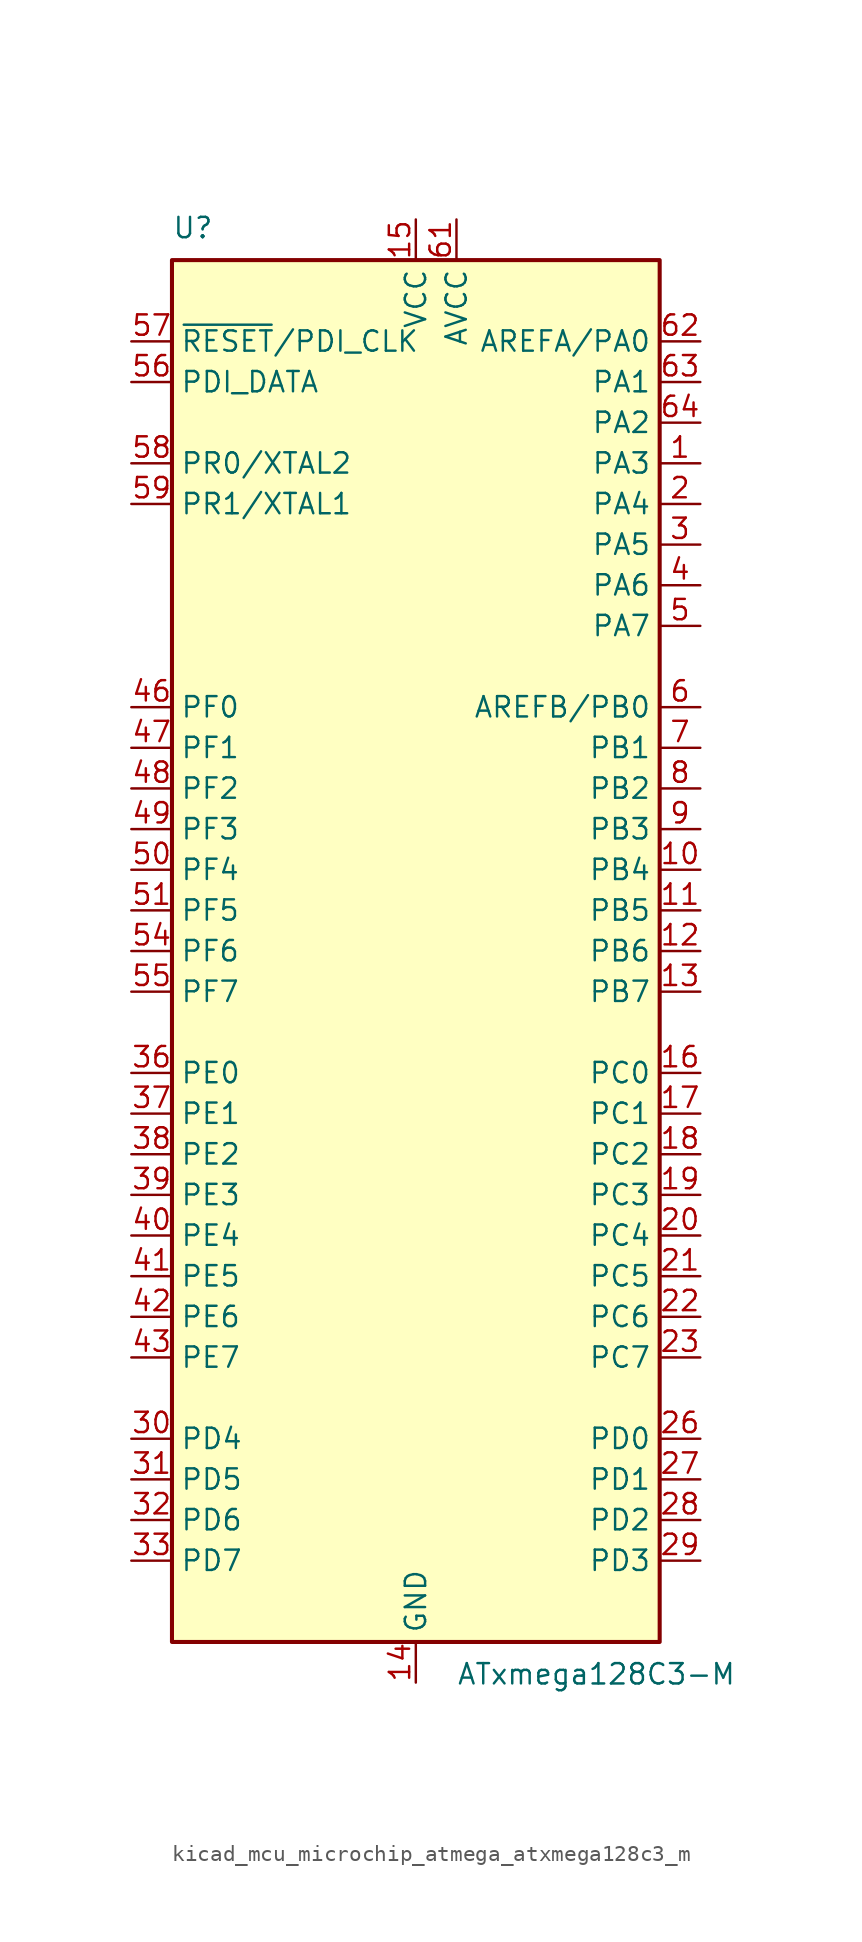
<source format=kicad_sym>
(kicad_symbol_lib
  (version 20220914)
  (generator kicad_symbol_editor)
  (symbol "kicad_mcu_microchip_atmega_atxmega128c3_m"
    (property "Reference" "U"
      (at -15.24 44.45 0)
      (effects (font (size 1.27 1.27)) (justify left bottom)))
    (property "Value" "ATxmega128C3-M"
      (at 2.54 -44.45 0)
      (effects (font (size 1.27 1.27)) (justify left top)))
    (symbol "kicad_mcu_microchip_atmega_atxmega128c3_m_0_1"
      (rectangle (start -15.24 -43.18) (end 15.24 43.18) (stroke (width 0.254) (type default)) (fill (type background))))
    (symbol "kicad_mcu_microchip_atmega_atxmega128c3_m_1_1"
      (pin bidirectional line (at 17.78 30.48 180) (length 2.54) (name "PA3" (effects (font (size 1.27 1.27)))) (number "1" (effects (font (size 1.27 1.27)))))
      (pin bidirectional line (at 17.78 5.08 180) (length 2.54) (name "PB4" (effects (font (size 1.27 1.27)))) (number "10" (effects (font (size 1.27 1.27)))))
      (pin bidirectional line (at 17.78 2.54 180) (length 2.54) (name "PB5" (effects (font (size 1.27 1.27)))) (number "11" (effects (font (size 1.27 1.27)))))
      (pin bidirectional line (at 17.78 0 180) (length 2.54) (name "PB6" (effects (font (size 1.27 1.27)))) (number "12" (effects (font (size 1.27 1.27)))))
      (pin bidirectional line (at 17.78 -2.54 180) (length 2.54) (name "PB7" (effects (font (size 1.27 1.27)))) (number "13" (effects (font (size 1.27 1.27)))))
      (pin power_in line (at 0 -45.72 90) (length 2.54) (name "GND" (effects (font (size 1.27 1.27)))) (number "14" (effects (font (size 1.27 1.27)))))
      (pin power_in line (at 0 45.72 270) (length 2.54) (name "VCC" (effects (font (size 1.27 1.27)))) (number "15" (effects (font (size 1.27 1.27)))))
      (pin bidirectional line (at 17.78 -7.62 180) (length 2.54) (name "PC0" (effects (font (size 1.27 1.27)))) (number "16" (effects (font (size 1.27 1.27)))))
      (pin bidirectional line (at 17.78 -10.16 180) (length 2.54) (name "PC1" (effects (font (size 1.27 1.27)))) (number "17" (effects (font (size 1.27 1.27)))))
      (pin bidirectional line (at 17.78 -12.7 180) (length 2.54) (name "PC2" (effects (font (size 1.27 1.27)))) (number "18" (effects (font (size 1.27 1.27)))))
      (pin bidirectional line (at 17.78 -15.24 180) (length 2.54) (name "PC3" (effects (font (size 1.27 1.27)))) (number "19" (effects (font (size 1.27 1.27)))))
      (pin bidirectional line (at 17.78 27.94 180) (length 2.54) (name "PA4" (effects (font (size 1.27 1.27)))) (number "2" (effects (font (size 1.27 1.27)))))
      (pin bidirectional line (at 17.78 -17.78 180) (length 2.54) (name "PC4" (effects (font (size 1.27 1.27)))) (number "20" (effects (font (size 1.27 1.27)))))
      (pin bidirectional line (at 17.78 -20.32 180) (length 2.54) (name "PC5" (effects (font (size 1.27 1.27)))) (number "21" (effects (font (size 1.27 1.27)))))
      (pin bidirectional line (at 17.78 -22.86 180) (length 2.54) (name "PC6" (effects (font (size 1.27 1.27)))) (number "22" (effects (font (size 1.27 1.27)))))
      (pin bidirectional line (at 17.78 -25.4 180) (length 2.54) (name "PC7" (effects (font (size 1.27 1.27)))) (number "23" (effects (font (size 1.27 1.27)))))
      (pin passive line (at 0 -45.72 90) (length 2.54) hide (name "GND" (effects (font (size 1.27 1.27)))) (number "24" (effects (font (size 1.27 1.27)))))
      (pin passive line (at 0 45.72 270) (length 2.54) hide (name "VCC" (effects (font (size 1.27 1.27)))) (number "25" (effects (font (size 1.27 1.27)))))
      (pin bidirectional line (at 17.78 -30.48 180) (length 2.54) (name "PD0" (effects (font (size 1.27 1.27)))) (number "26" (effects (font (size 1.27 1.27)))))
      (pin bidirectional line (at 17.78 -33.02 180) (length 2.54) (name "PD1" (effects (font (size 1.27 1.27)))) (number "27" (effects (font (size 1.27 1.27)))))
      (pin bidirectional line (at 17.78 -35.56 180) (length 2.54) (name "PD2" (effects (font (size 1.27 1.27)))) (number "28" (effects (font (size 1.27 1.27)))))
      (pin bidirectional line (at 17.78 -38.1 180) (length 2.54) (name "PD3" (effects (font (size 1.27 1.27)))) (number "29" (effects (font (size 1.27 1.27)))))
      (pin bidirectional line (at 17.78 25.4 180) (length 2.54) (name "PA5" (effects (font (size 1.27 1.27)))) (number "3" (effects (font (size 1.27 1.27)))))
      (pin bidirectional line (at -17.78 -30.48 0) (length 2.54) (name "PD4" (effects (font (size 1.27 1.27)))) (number "30" (effects (font (size 1.27 1.27)))))
      (pin bidirectional line (at -17.78 -33.02 0) (length 2.54) (name "PD5" (effects (font (size 1.27 1.27)))) (number "31" (effects (font (size 1.27 1.27)))))
      (pin bidirectional line (at -17.78 -35.56 0) (length 2.54) (name "PD6" (effects (font (size 1.27 1.27)))) (number "32" (effects (font (size 1.27 1.27)))))
      (pin bidirectional line (at -17.78 -38.1 0) (length 2.54) (name "PD7" (effects (font (size 1.27 1.27)))) (number "33" (effects (font (size 1.27 1.27)))))
      (pin passive line (at 0 -45.72 90) (length 2.54) hide (name "GND" (effects (font (size 1.27 1.27)))) (number "34" (effects (font (size 1.27 1.27)))))
      (pin passive line (at 0 45.72 270) (length 2.54) hide (name "VCC" (effects (font (size 1.27 1.27)))) (number "35" (effects (font (size 1.27 1.27)))))
      (pin bidirectional line (at -17.78 -7.62 0) (length 2.54) (name "PE0" (effects (font (size 1.27 1.27)))) (number "36" (effects (font (size 1.27 1.27)))))
      (pin bidirectional line (at -17.78 -10.16 0) (length 2.54) (name "PE1" (effects (font (size 1.27 1.27)))) (number "37" (effects (font (size 1.27 1.27)))))
      (pin bidirectional line (at -17.78 -12.7 0) (length 2.54) (name "PE2" (effects (font (size 1.27 1.27)))) (number "38" (effects (font (size 1.27 1.27)))))
      (pin bidirectional line (at -17.78 -15.24 0) (length 2.54) (name "PE3" (effects (font (size 1.27 1.27)))) (number "39" (effects (font (size 1.27 1.27)))))
      (pin bidirectional line (at 17.78 22.86 180) (length 2.54) (name "PA6" (effects (font (size 1.27 1.27)))) (number "4" (effects (font (size 1.27 1.27)))))
      (pin bidirectional line (at -17.78 -17.78 0) (length 2.54) (name "PE4" (effects (font (size 1.27 1.27)))) (number "40" (effects (font (size 1.27 1.27)))))
      (pin bidirectional line (at -17.78 -20.32 0) (length 2.54) (name "PE5" (effects (font (size 1.27 1.27)))) (number "41" (effects (font (size 1.27 1.27)))))
      (pin bidirectional line (at -17.78 -22.86 0) (length 2.54) (name "PE6" (effects (font (size 1.27 1.27)))) (number "42" (effects (font (size 1.27 1.27)))))
      (pin bidirectional line (at -17.78 -25.4 0) (length 2.54) (name "PE7" (effects (font (size 1.27 1.27)))) (number "43" (effects (font (size 1.27 1.27)))))
      (pin passive line (at 0 -45.72 90) (length 2.54) hide (name "GND" (effects (font (size 1.27 1.27)))) (number "44" (effects (font (size 1.27 1.27)))))
      (pin passive line (at 0 45.72 270) (length 2.54) hide (name "VCC" (effects (font (size 1.27 1.27)))) (number "45" (effects (font (size 1.27 1.27)))))
      (pin bidirectional line (at -17.78 15.24 0) (length 2.54) (name "PF0" (effects (font (size 1.27 1.27)))) (number "46" (effects (font (size 1.27 1.27)))))
      (pin bidirectional line (at -17.78 12.7 0) (length 2.54) (name "PF1" (effects (font (size 1.27 1.27)))) (number "47" (effects (font (size 1.27 1.27)))))
      (pin bidirectional line (at -17.78 10.16 0) (length 2.54) (name "PF2" (effects (font (size 1.27 1.27)))) (number "48" (effects (font (size 1.27 1.27)))))
      (pin bidirectional line (at -17.78 7.62 0) (length 2.54) (name "PF3" (effects (font (size 1.27 1.27)))) (number "49" (effects (font (size 1.27 1.27)))))
      (pin bidirectional line (at 17.78 20.32 180) (length 2.54) (name "PA7" (effects (font (size 1.27 1.27)))) (number "5" (effects (font (size 1.27 1.27)))))
      (pin bidirectional line (at -17.78 5.08 0) (length 2.54) (name "PF4" (effects (font (size 1.27 1.27)))) (number "50" (effects (font (size 1.27 1.27)))))
      (pin bidirectional line (at -17.78 2.54 0) (length 2.54) (name "PF5" (effects (font (size 1.27 1.27)))) (number "51" (effects (font (size 1.27 1.27)))))
      (pin passive line (at 0 -45.72 90) (length 2.54) hide (name "GND" (effects (font (size 1.27 1.27)))) (number "52" (effects (font (size 1.27 1.27)))))
      (pin passive line (at 0 45.72 270) (length 2.54) hide (name "VCC" (effects (font (size 1.27 1.27)))) (number "53" (effects (font (size 1.27 1.27)))))
      (pin bidirectional line (at -17.78 0 0) (length 2.54) (name "PF6" (effects (font (size 1.27 1.27)))) (number "54" (effects (font (size 1.27 1.27)))))
      (pin bidirectional line (at -17.78 -2.54 0) (length 2.54) (name "PF7" (effects (font (size 1.27 1.27)))) (number "55" (effects (font (size 1.27 1.27)))))
      (pin bidirectional line (at -17.78 35.56 0) (length 2.54) (name "PDI_DATA" (effects (font (size 1.27 1.27)))) (number "56" (effects (font (size 1.27 1.27)))))
      (pin input line (at -17.78 38.1 0) (length 2.54) (name "~{RESET}/PDI_CLK" (effects (font (size 1.27 1.27)))) (number "57" (effects (font (size 1.27 1.27)))))
      (pin bidirectional line (at -17.78 30.48 0) (length 2.54) (name "PR0/XTAL2" (effects (font (size 1.27 1.27)))) (number "58" (effects (font (size 1.27 1.27)))))
      (pin bidirectional line (at -17.78 27.94 0) (length 2.54) (name "PR1/XTAL1" (effects (font (size 1.27 1.27)))) (number "59" (effects (font (size 1.27 1.27)))))
      (pin bidirectional line (at 17.78 15.24 180) (length 2.54) (name "AREFB/PB0" (effects (font (size 1.27 1.27)))) (number "6" (effects (font (size 1.27 1.27)))))
      (pin passive line (at 0 -45.72 90) (length 2.54) hide (name "GND" (effects (font (size 1.27 1.27)))) (number "60" (effects (font (size 1.27 1.27)))))
      (pin power_in line (at 2.54 45.72 270) (length 2.54) (name "AVCC" (effects (font (size 1.27 1.27)))) (number "61" (effects (font (size 1.27 1.27)))))
      (pin bidirectional line (at 17.78 38.1 180) (length 2.54) (name "AREFA/PA0" (effects (font (size 1.27 1.27)))) (number "62" (effects (font (size 1.27 1.27)))))
      (pin bidirectional line (at 17.78 35.56 180) (length 2.54) (name "PA1" (effects (font (size 1.27 1.27)))) (number "63" (effects (font (size 1.27 1.27)))))
      (pin bidirectional line (at 17.78 33.02 180) (length 2.54) (name "PA2" (effects (font (size 1.27 1.27)))) (number "64" (effects (font (size 1.27 1.27)))))
      (pin passive line (at 0 -45.72 90) (length 2.54) hide (name "GND" (effects (font (size 1.27 1.27)))) (number "65" (effects (font (size 1.27 1.27)))))
      (pin bidirectional line (at 17.78 12.7 180) (length 2.54) (name "PB1" (effects (font (size 1.27 1.27)))) (number "7" (effects (font (size 1.27 1.27)))))
      (pin bidirectional line (at 17.78 10.16 180) (length 2.54) (name "PB2" (effects (font (size 1.27 1.27)))) (number "8" (effects (font (size 1.27 1.27)))))
      (pin bidirectional line (at 17.78 7.62 180) (length 2.54) (name "PB3" (effects (font (size 1.27 1.27)))) (number "9" (effects (font (size 1.27 1.27))))))))
</source>
